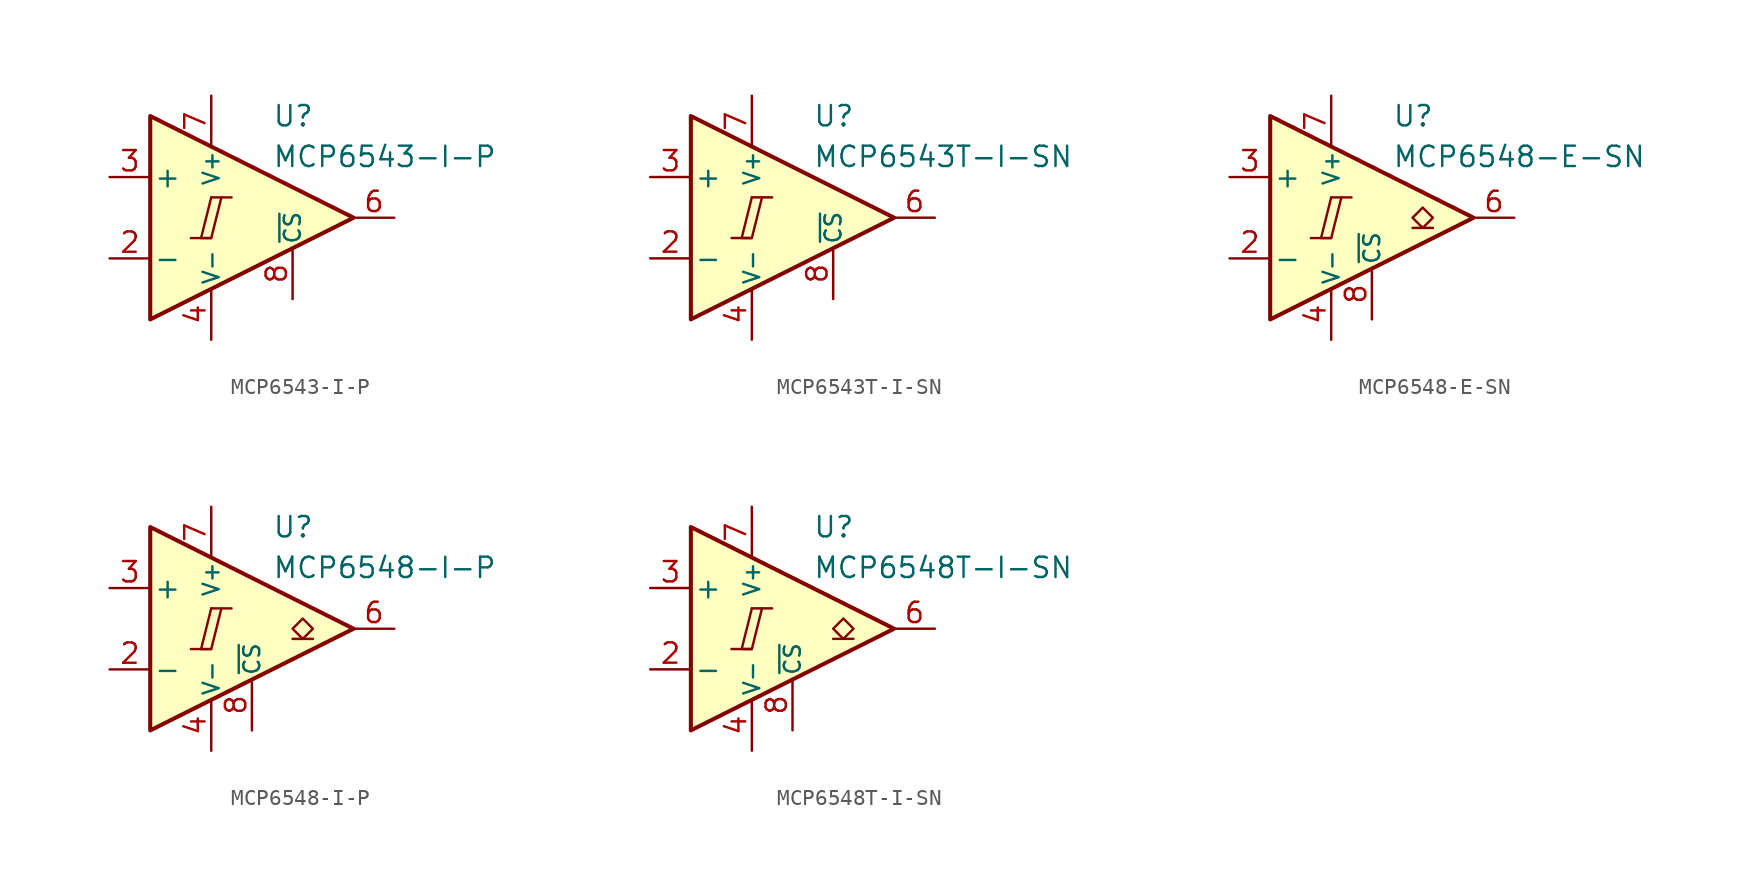
<source format=kicad_sym>
(kicad_symbol_lib
  (version 20231120)
  (generator "kicad_symbol_editor")
  (generator_version "8.0")
  (symbol "MCP6543-I-P"
    (pin_names
      (offset 0.2))
    (property "Reference" "U"
      (at 1.27 6.35 0)
      (effects (font (size 1.27 1.27)) (justify left)))
    (property "Value" "MCP6543-I-P"
      (at 1.27 3.81 0)
      (effects (font (size 1.27 1.27)) (justify left)))
    (symbol "MCP6543-I-P_0_0"
      (polyline (pts (xy -3.81 -1.27) (xy -2.54 -1.27)) (stroke (width 0.152) (type default)) (fill (type none)))
      (polyline (pts (xy -2.54 1.27) (xy -1.27 1.27)) (stroke (width 0.152) (type default)) (fill (type none)))
      (polyline (pts (xy -2.54 1.27) (xy -3.175 -1.27) (xy -2.54 -1.27) (xy -1.905 1.27)) (stroke (width 0.152) (type default)) (fill (type none))))
    (symbol "MCP6543-I-P_0_1"
      (polyline (pts (xy -6.35 6.35) (xy -6.35 -6.35) (xy 6.35 0) (xy -6.35 6.35)) (stroke (width 0.254) (type default)) (fill (type background))))
    (symbol "MCP6543-I-P_1_1"
      (pin free line (at -3.81 2.54 270) (length 2.54) hide (name "NC" (effects (font (size 1.27 1.27)))) (number "1" (effects (font (size 1.27 1.27)))))
      (pin input line (at -8.89 -2.54 0) (length 2.54) (name "-" (effects (font (size 1.27 1.27)))) (number "2" (effects (font (size 1.27 1.27)))))
      (pin input line (at -8.89 2.54 0) (length 2.54) (name "+" (effects (font (size 1.27 1.27)))) (number "3" (effects (font (size 1.27 1.27)))))
      (pin power_in line (at -2.54 -7.62 90) (length 3.18) (name "V-" (effects (font (size 1 1)))) (number "4" (effects (font (size 1.27 1.27)))))
      (pin free line (at -3.81 -2.54 90) (length 2.54) hide (name "NC" (effects (font (size 1.27 1.27)))) (number "5" (effects (font (size 1.27 1.27)))))
      (pin output line (at 8.89 0 180) (length 2.54) (name "~" (effects (font (size 1.27 1.27)))) (number "6" (effects (font (size 1.27 1.27)))))
      (pin power_in line (at -2.54 7.62 270) (length 3.18) (name "V+" (effects (font (size 1 1)))) (number "7" (effects (font (size 1.27 1.27)))))
      (pin input line (at 2.54 -5.08 90) (length 3.18) (name "~{CS}" (effects (font (size 1 1)))) (number "8" (effects (font (size 1.27 1.27)))))))
  (symbol "MCP6543T-I-SN"
    (pin_names
      (offset 0.2))
    (property "Reference" "U"
      (at 1.27 6.35 0)
      (effects (font (size 1.27 1.27)) (justify left)))
    (property "Value" "MCP6543T-I-SN"
      (at 1.27 3.81 0)
      (effects (font (size 1.27 1.27)) (justify left)))
    (symbol "MCP6543T-I-SN_0_0"
      (polyline (pts (xy -3.81 -1.27) (xy -2.54 -1.27)) (stroke (width 0.152) (type default)) (fill (type none)))
      (polyline (pts (xy -2.54 1.27) (xy -1.27 1.27)) (stroke (width 0.152) (type default)) (fill (type none)))
      (polyline (pts (xy -2.54 1.27) (xy -3.175 -1.27) (xy -2.54 -1.27) (xy -1.905 1.27)) (stroke (width 0.152) (type default)) (fill (type none))))
    (symbol "MCP6543T-I-SN_0_1"
      (polyline (pts (xy -6.35 6.35) (xy -6.35 -6.35) (xy 6.35 0) (xy -6.35 6.35)) (stroke (width 0.254) (type default)) (fill (type background))))
    (symbol "MCP6543T-I-SN_1_1"
      (pin free line (at -3.81 2.54 270) (length 2.54) hide (name "NC" (effects (font (size 1.27 1.27)))) (number "1" (effects (font (size 1.27 1.27)))))
      (pin input line (at -8.89 -2.54 0) (length 2.54) (name "-" (effects (font (size 1.27 1.27)))) (number "2" (effects (font (size 1.27 1.27)))))
      (pin input line (at -8.89 2.54 0) (length 2.54) (name "+" (effects (font (size 1.27 1.27)))) (number "3" (effects (font (size 1.27 1.27)))))
      (pin power_in line (at -2.54 -7.62 90) (length 3.18) (name "V-" (effects (font (size 1 1)))) (number "4" (effects (font (size 1.27 1.27)))))
      (pin free line (at -3.81 -2.54 90) (length 2.54) hide (name "NC" (effects (font (size 1.27 1.27)))) (number "5" (effects (font (size 1.27 1.27)))))
      (pin output line (at 8.89 0 180) (length 2.54) (name "~" (effects (font (size 1.27 1.27)))) (number "6" (effects (font (size 1.27 1.27)))))
      (pin power_in line (at -2.54 7.62 270) (length 3.18) (name "V+" (effects (font (size 1 1)))) (number "7" (effects (font (size 1.27 1.27)))))
      (pin input line (at 2.54 -5.08 90) (length 3.18) (name "~{CS}" (effects (font (size 1 1)))) (number "8" (effects (font (size 1.27 1.27)))))))
  (symbol "MCP6548-E-SN"
    (pin_names
      (offset 0.2))
    (property "Reference" "U"
      (at 1.27 6.35 0)
      (effects (font (size 1.27 1.27)) (justify left)))
    (property "Value" "MCP6548-E-SN"
      (at 1.27 3.81 0)
      (effects (font (size 1.27 1.27)) (justify left)))
    (symbol "MCP6548-E-SN_0_0"
      (polyline (pts (xy -3.81 -1.27) (xy -2.54 -1.27)) (stroke (width 0.152) (type default)) (fill (type none)))
      (polyline (pts (xy -2.54 1.27) (xy -1.27 1.27)) (stroke (width 0.152) (type default)) (fill (type none)))
      (polyline (pts (xy -2.54 1.27) (xy -3.175 -1.27) (xy -2.54 -1.27) (xy -1.905 1.27)) (stroke (width 0.152) (type default)) (fill (type none))))
    (symbol "MCP6548-E-SN_0_1"
      (polyline (pts (xy -6.35 6.35) (xy -6.35 -6.35) (xy 6.35 0) (xy -6.35 6.35)) (stroke (width 0.254) (type default)) (fill (type background))))
    (symbol "MCP6548-E-SN_1_1"
      (polyline (pts (xy 3.81 -0.635) (xy 2.54 -0.635)) (stroke (width 0.152) (type default)) (fill (type none)))
      (polyline (pts (xy 3.175 -0.635) (xy 2.54 0) (xy 3.175 0.635) (xy 3.81 0) (xy 3.175 -0.635)) (stroke (width 0.152) (type default)) (fill (type none)))
      (pin free line (at -3.81 2.54 270) (length 2.54) hide (name "NC" (effects (font (size 1.27 1.27)))) (number "1" (effects (font (size 1.27 1.27)))))
      (pin input line (at -8.89 -2.54 0) (length 2.54) (name "-" (effects (font (size 1.27 1.27)))) (number "2" (effects (font (size 1.27 1.27)))))
      (pin input line (at -8.89 2.54 0) (length 2.54) (name "+" (effects (font (size 1.27 1.27)))) (number "3" (effects (font (size 1.27 1.27)))))
      (pin power_in line (at -2.54 -7.62 90) (length 3.18) (name "V-" (effects (font (size 1 1)))) (number "4" (effects (font (size 1.27 1.27)))))
      (pin free line (at -3.81 -2.54 90) (length 2.54) hide (name "NC" (effects (font (size 1.27 1.27)))) (number "5" (effects (font (size 1.27 1.27)))))
      (pin open_collector line (at 8.89 0 180) (length 2.54) (name "~" (effects (font (size 1.27 1.27)))) (number "6" (effects (font (size 1.27 1.27)))))
      (pin power_in line (at -2.54 7.62 270) (length 3.18) (name "V+" (effects (font (size 1 1)))) (number "7" (effects (font (size 1.27 1.27)))))
      (pin input line (at 0 -6.35 90) (length 3.18) (name "~{CS}" (effects (font (size 1 1)))) (number "8" (effects (font (size 1.27 1.27)))))))
  (symbol "MCP6548-I-P"
    (pin_names
      (offset 0.2))
    (property "Reference" "U"
      (at 1.27 6.35 0)
      (effects (font (size 1.27 1.27)) (justify left)))
    (property "Value" "MCP6548-I-P"
      (at 1.27 3.81 0)
      (effects (font (size 1.27 1.27)) (justify left)))
    (symbol "MCP6548-I-P_0_0"
      (polyline (pts (xy -3.81 -1.27) (xy -2.54 -1.27)) (stroke (width 0.152) (type default)) (fill (type none)))
      (polyline (pts (xy -2.54 1.27) (xy -1.27 1.27)) (stroke (width 0.152) (type default)) (fill (type none)))
      (polyline (pts (xy -2.54 1.27) (xy -3.175 -1.27) (xy -2.54 -1.27) (xy -1.905 1.27)) (stroke (width 0.152) (type default)) (fill (type none))))
    (symbol "MCP6548-I-P_0_1"
      (polyline (pts (xy -6.35 6.35) (xy -6.35 -6.35) (xy 6.35 0) (xy -6.35 6.35)) (stroke (width 0.254) (type default)) (fill (type background))))
    (symbol "MCP6548-I-P_1_1"
      (polyline (pts (xy 3.81 -0.635) (xy 2.54 -0.635)) (stroke (width 0.152) (type default)) (fill (type none)))
      (polyline (pts (xy 3.175 -0.635) (xy 2.54 0) (xy 3.175 0.635) (xy 3.81 0) (xy 3.175 -0.635)) (stroke (width 0.152) (type default)) (fill (type none)))
      (pin free line (at -3.81 2.54 270) (length 2.54) hide (name "NC" (effects (font (size 1.27 1.27)))) (number "1" (effects (font (size 1.27 1.27)))))
      (pin input line (at -8.89 -2.54 0) (length 2.54) (name "-" (effects (font (size 1.27 1.27)))) (number "2" (effects (font (size 1.27 1.27)))))
      (pin input line (at -8.89 2.54 0) (length 2.54) (name "+" (effects (font (size 1.27 1.27)))) (number "3" (effects (font (size 1.27 1.27)))))
      (pin power_in line (at -2.54 -7.62 90) (length 3.18) (name "V-" (effects (font (size 1 1)))) (number "4" (effects (font (size 1.27 1.27)))))
      (pin free line (at -3.81 -2.54 90) (length 2.54) hide (name "NC" (effects (font (size 1.27 1.27)))) (number "5" (effects (font (size 1.27 1.27)))))
      (pin open_collector line (at 8.89 0 180) (length 2.54) (name "~" (effects (font (size 1.27 1.27)))) (number "6" (effects (font (size 1.27 1.27)))))
      (pin power_in line (at -2.54 7.62 270) (length 3.18) (name "V+" (effects (font (size 1 1)))) (number "7" (effects (font (size 1.27 1.27)))))
      (pin input line (at 0 -6.35 90) (length 3.18) (name "~{CS}" (effects (font (size 1 1)))) (number "8" (effects (font (size 1.27 1.27)))))))
  (symbol "MCP6548T-I-SN"
    (pin_names
      (offset 0.2))
    (property "Reference" "U"
      (at 1.27 6.35 0)
      (effects (font (size 1.27 1.27)) (justify left)))
    (property "Value" "MCP6548T-I-SN"
      (at 1.27 3.81 0)
      (effects (font (size 1.27 1.27)) (justify left)))
    (symbol "MCP6548T-I-SN_0_0"
      (polyline (pts (xy -3.81 -1.27) (xy -2.54 -1.27)) (stroke (width 0.152) (type default)) (fill (type none)))
      (polyline (pts (xy -2.54 1.27) (xy -1.27 1.27)) (stroke (width 0.152) (type default)) (fill (type none)))
      (polyline (pts (xy -2.54 1.27) (xy -3.175 -1.27) (xy -2.54 -1.27) (xy -1.905 1.27)) (stroke (width 0.152) (type default)) (fill (type none))))
    (symbol "MCP6548T-I-SN_0_1"
      (polyline (pts (xy -6.35 6.35) (xy -6.35 -6.35) (xy 6.35 0) (xy -6.35 6.35)) (stroke (width 0.254) (type default)) (fill (type background))))
    (symbol "MCP6548T-I-SN_1_1"
      (polyline (pts (xy 3.81 -0.635) (xy 2.54 -0.635)) (stroke (width 0.152) (type default)) (fill (type none)))
      (polyline (pts (xy 3.175 -0.635) (xy 2.54 0) (xy 3.175 0.635) (xy 3.81 0) (xy 3.175 -0.635)) (stroke (width 0.152) (type default)) (fill (type none)))
      (pin free line (at -3.81 2.54 270) (length 2.54) hide (name "NC" (effects (font (size 1.27 1.27)))) (number "1" (effects (font (size 1.27 1.27)))))
      (pin input line (at -8.89 -2.54 0) (length 2.54) (name "-" (effects (font (size 1.27 1.27)))) (number "2" (effects (font (size 1.27 1.27)))))
      (pin input line (at -8.89 2.54 0) (length 2.54) (name "+" (effects (font (size 1.27 1.27)))) (number "3" (effects (font (size 1.27 1.27)))))
      (pin power_in line (at -2.54 -7.62 90) (length 3.18) (name "V-" (effects (font (size 1 1)))) (number "4" (effects (font (size 1.27 1.27)))))
      (pin free line (at -3.81 -2.54 90) (length 2.54) hide (name "NC" (effects (font (size 1.27 1.27)))) (number "5" (effects (font (size 1.27 1.27)))))
      (pin open_collector line (at 8.89 0 180) (length 2.54) (name "~" (effects (font (size 1.27 1.27)))) (number "6" (effects (font (size 1.27 1.27)))))
      (pin power_in line (at -2.54 7.62 270) (length 3.18) (name "V+" (effects (font (size 1 1)))) (number "7" (effects (font (size 1.27 1.27)))))
      (pin input line (at 0 -6.35 90) (length 3.18) (name "~{CS}" (effects (font (size 1 1)))) (number "8" (effects (font (size 1.27 1.27))))))))
</source>
